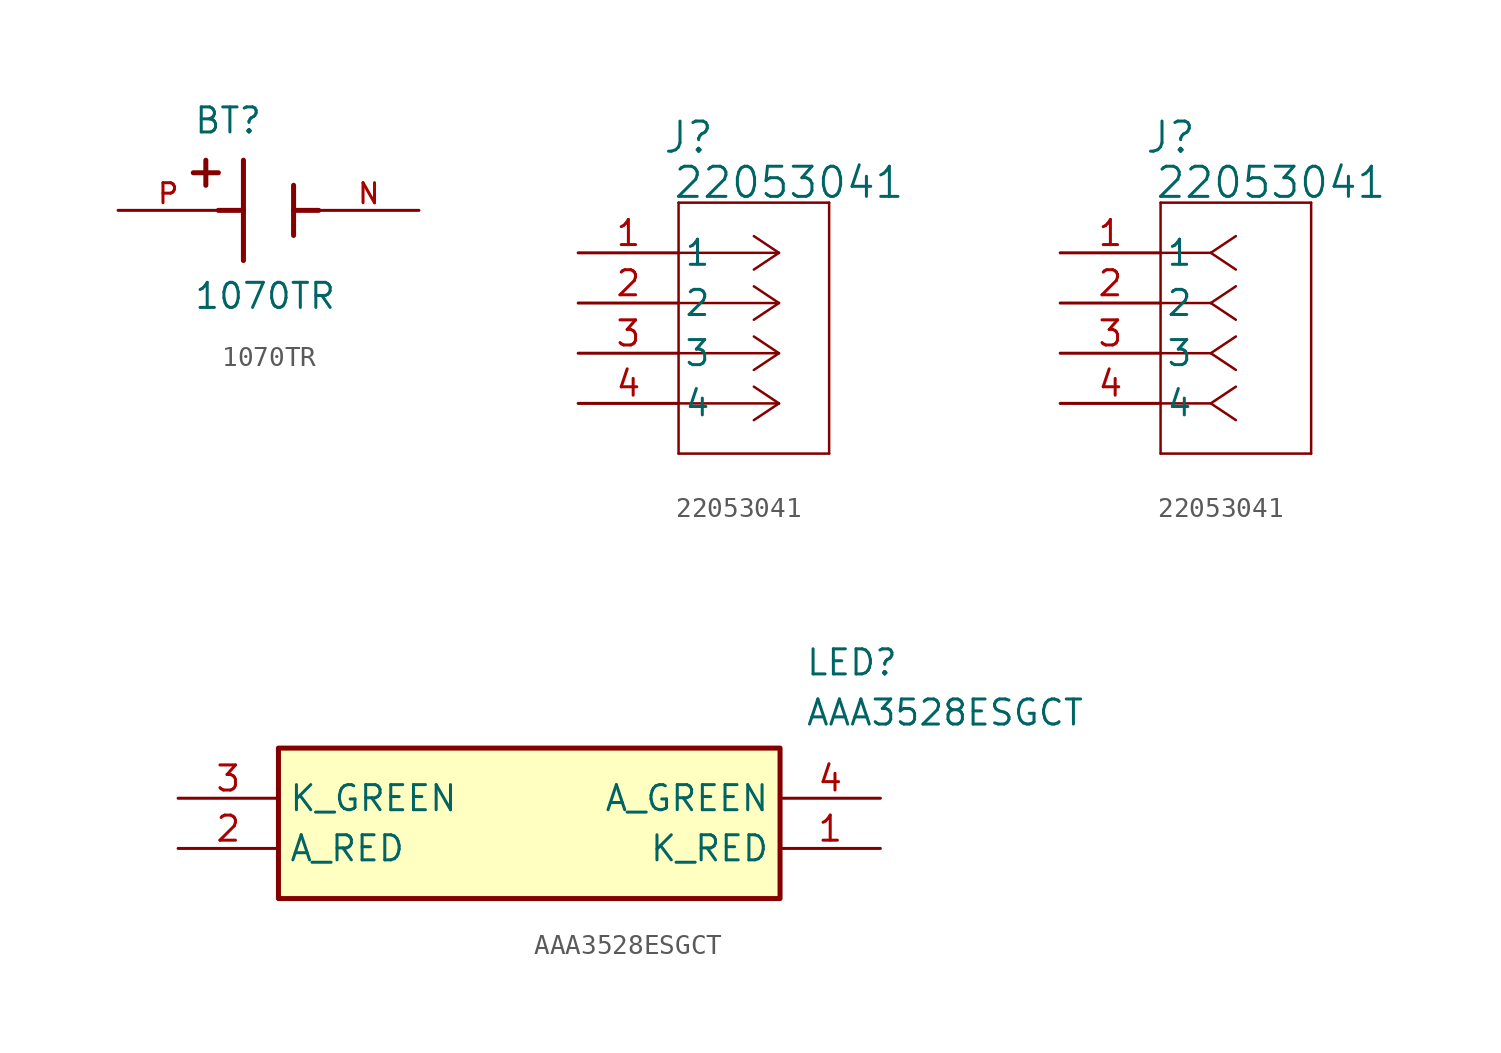
<source format=kicad_sym>
(kicad_symbol_lib
  (version 20241209)
  (generator "kicad_symbol_editor")
  (generator_version "9.0")
  (symbol "1070TR"
    (pin_names
      (offset 1.016))
    (property "Reference" "BT"
      (at -3.81 3.81 0)
      (effects (font (size 1.27 1.27)) (justify left bottom)))
    (property "Value" "1070TR"
      (at -3.81 -5.08 0)
      (effects (font (size 1.27 1.27)) (justify left bottom)))
    (symbol "1070TR_0_0"
      (polyline (pts (xy -3.81 1.905) (xy -2.54 1.905)) (stroke (width 0.254) (type default)) (fill (type none)))
      (polyline (pts (xy -3.175 2.54) (xy -3.175 1.27)) (stroke (width 0.254) (type default)) (fill (type none)))
      (polyline (pts (xy -1.27 2.54) (xy -1.27 -2.54)) (stroke (width 0.254) (type default)) (fill (type none)))
      (polyline (pts (xy -1.27 0) (xy -2.54 0)) (stroke (width 0.254) (type default)) (fill (type none)))
      (polyline (pts (xy 1.27 1.27) (xy 1.27 -1.27)) (stroke (width 0.254) (type default)) (fill (type none)))
      (polyline (pts (xy 1.27 0) (xy 2.54 0)) (stroke (width 0.254) (type default)) (fill (type none)))
      (pin passive line (at -7.62 0 0) (length 5.08) (name "~" (effects (font (size 1.016 1.016)))) (number "P" (effects (font (size 1.016 1.016)))))
      (pin passive line (at 7.62 0 180) (length 5.08) (name "~" (effects (font (size 1.016 1.016)))) (number "N" (effects (font (size 1.016 1.016)))))))
  (symbol "22053041"
    (pin_names
      (offset 0.254))
    (property "Reference" "J"
      (at 5.588 5.842 0)
      (effects (font (size 1.524 1.524))))
    (property "Value" "22053041"
      (at 10.668 3.556 0)
      (effects (font (size 1.524 1.524))))
    (property "ki_locked" ""
      (at 0 0 0)
      (effects (font (size 1.27 1.27))))
    (symbol "22053041_1_1"
      (polyline (pts (xy 5.08 2.54) (xy 5.08 -10.16)) (stroke (width 0.127) (type default)) (fill (type none)))
      (polyline (pts (xy 5.08 -10.16) (xy 12.7 -10.16)) (stroke (width 0.127) (type default)) (fill (type none)))
      (polyline (pts (xy 10.16 0) (xy 5.08 0)) (stroke (width 0.127) (type default)) (fill (type none)))
      (polyline (pts (xy 10.16 0) (xy 8.89 0.847)) (stroke (width 0.127) (type default)) (fill (type none)))
      (polyline (pts (xy 10.16 0) (xy 8.89 -0.847)) (stroke (width 0.127) (type default)) (fill (type none)))
      (polyline (pts (xy 10.16 -2.54) (xy 5.08 -2.54)) (stroke (width 0.127) (type default)) (fill (type none)))
      (polyline (pts (xy 10.16 -2.54) (xy 8.89 -1.693)) (stroke (width 0.127) (type default)) (fill (type none)))
      (polyline (pts (xy 10.16 -2.54) (xy 8.89 -3.387)) (stroke (width 0.127) (type default)) (fill (type none)))
      (polyline (pts (xy 10.16 -5.08) (xy 5.08 -5.08)) (stroke (width 0.127) (type default)) (fill (type none)))
      (polyline (pts (xy 10.16 -5.08) (xy 8.89 -4.233)) (stroke (width 0.127) (type default)) (fill (type none)))
      (polyline (pts (xy 10.16 -5.08) (xy 8.89 -5.927)) (stroke (width 0.127) (type default)) (fill (type none)))
      (polyline (pts (xy 10.16 -7.62) (xy 5.08 -7.62)) (stroke (width 0.127) (type default)) (fill (type none)))
      (polyline (pts (xy 10.16 -7.62) (xy 8.89 -6.773)) (stroke (width 0.127) (type default)) (fill (type none)))
      (polyline (pts (xy 10.16 -7.62) (xy 8.89 -8.467)) (stroke (width 0.127) (type default)) (fill (type none)))
      (polyline (pts (xy 12.7 2.54) (xy 5.08 2.54)) (stroke (width 0.127) (type default)) (fill (type none)))
      (polyline (pts (xy 12.7 -10.16) (xy 12.7 2.54)) (stroke (width 0.127) (type default)) (fill (type none)))
      (pin unspecified line (at 0 0 0) (length 5.08) (name "1" (effects (font (size 1.27 1.27)))) (number "1" (effects (font (size 1.27 1.27)))))
      (pin unspecified line (at 0 -2.54 0) (length 5.08) (name "2" (effects (font (size 1.27 1.27)))) (number "2" (effects (font (size 1.27 1.27)))))
      (pin unspecified line (at 0 -5.08 0) (length 5.08) (name "3" (effects (font (size 1.27 1.27)))) (number "3" (effects (font (size 1.27 1.27)))))
      (pin unspecified line (at 0 -7.62 0) (length 5.08) (name "4" (effects (font (size 1.27 1.27)))) (number "4" (effects (font (size 1.27 1.27))))))
    (symbol "22053041_1_2"
      (polyline (pts (xy 5.08 2.54) (xy 5.08 -10.16)) (stroke (width 0.127) (type default)) (fill (type none)))
      (polyline (pts (xy 5.08 -10.16) (xy 12.7 -10.16)) (stroke (width 0.127) (type default)) (fill (type none)))
      (polyline (pts (xy 7.62 0) (xy 5.08 0)) (stroke (width 0.127) (type default)) (fill (type none)))
      (polyline (pts (xy 7.62 0) (xy 8.89 0.847)) (stroke (width 0.127) (type default)) (fill (type none)))
      (polyline (pts (xy 7.62 0) (xy 8.89 -0.847)) (stroke (width 0.127) (type default)) (fill (type none)))
      (polyline (pts (xy 7.62 -2.54) (xy 5.08 -2.54)) (stroke (width 0.127) (type default)) (fill (type none)))
      (polyline (pts (xy 7.62 -2.54) (xy 8.89 -1.693)) (stroke (width 0.127) (type default)) (fill (type none)))
      (polyline (pts (xy 7.62 -2.54) (xy 8.89 -3.387)) (stroke (width 0.127) (type default)) (fill (type none)))
      (polyline (pts (xy 7.62 -5.08) (xy 5.08 -5.08)) (stroke (width 0.127) (type default)) (fill (type none)))
      (polyline (pts (xy 7.62 -5.08) (xy 8.89 -4.233)) (stroke (width 0.127) (type default)) (fill (type none)))
      (polyline (pts (xy 7.62 -5.08) (xy 8.89 -5.927)) (stroke (width 0.127) (type default)) (fill (type none)))
      (polyline (pts (xy 7.62 -7.62) (xy 5.08 -7.62)) (stroke (width 0.127) (type default)) (fill (type none)))
      (polyline (pts (xy 7.62 -7.62) (xy 8.89 -6.773)) (stroke (width 0.127) (type default)) (fill (type none)))
      (polyline (pts (xy 7.62 -7.62) (xy 8.89 -8.467)) (stroke (width 0.127) (type default)) (fill (type none)))
      (polyline (pts (xy 12.7 2.54) (xy 5.08 2.54)) (stroke (width 0.127) (type default)) (fill (type none)))
      (polyline (pts (xy 12.7 -10.16) (xy 12.7 2.54)) (stroke (width 0.127) (type default)) (fill (type none)))
      (pin unspecified line (at 0 0 0) (length 5.08) (name "1" (effects (font (size 1.27 1.27)))) (number "1" (effects (font (size 1.27 1.27)))))
      (pin unspecified line (at 0 -2.54 0) (length 5.08) (name "2" (effects (font (size 1.27 1.27)))) (number "2" (effects (font (size 1.27 1.27)))))
      (pin unspecified line (at 0 -5.08 0) (length 5.08) (name "3" (effects (font (size 1.27 1.27)))) (number "3" (effects (font (size 1.27 1.27)))))
      (pin unspecified line (at 0 -7.62 0) (length 5.08) (name "4" (effects (font (size 1.27 1.27)))) (number "4" (effects (font (size 1.27 1.27)))))))
  (symbol "AAA3528ESGCT"
    (property "Reference" "LED"
      (at 31.75 7.62 0)
      (effects (font (size 1.27 1.27)) (justify left top)))
    (property "Value" "AAA3528ESGCT"
      (at 31.75 5.08 0)
      (effects (font (size 1.27 1.27)) (justify left top)))
    (symbol "AAA3528ESGCT_1_1"
      (rectangle (start 5.08 2.54) (end 30.48 -5.08) (stroke (width 0.254) (type default)) (fill (type background)))
      (pin passive line (at 0 0 0) (length 5.08) (name "K_GREEN" (effects (font (size 1.27 1.27)))) (number "3" (effects (font (size 1.27 1.27)))))
      (pin passive line (at 0 -2.54 0) (length 5.08) (name "A_RED" (effects (font (size 1.27 1.27)))) (number "2" (effects (font (size 1.27 1.27)))))
      (pin passive line (at 35.56 0 180) (length 5.08) (name "A_GREEN" (effects (font (size 1.27 1.27)))) (number "4" (effects (font (size 1.27 1.27)))))
      (pin passive line (at 35.56 -2.54 180) (length 5.08) (name "K_RED" (effects (font (size 1.27 1.27)))) (number "1" (effects (font (size 1.27 1.27))))))))
</source>
